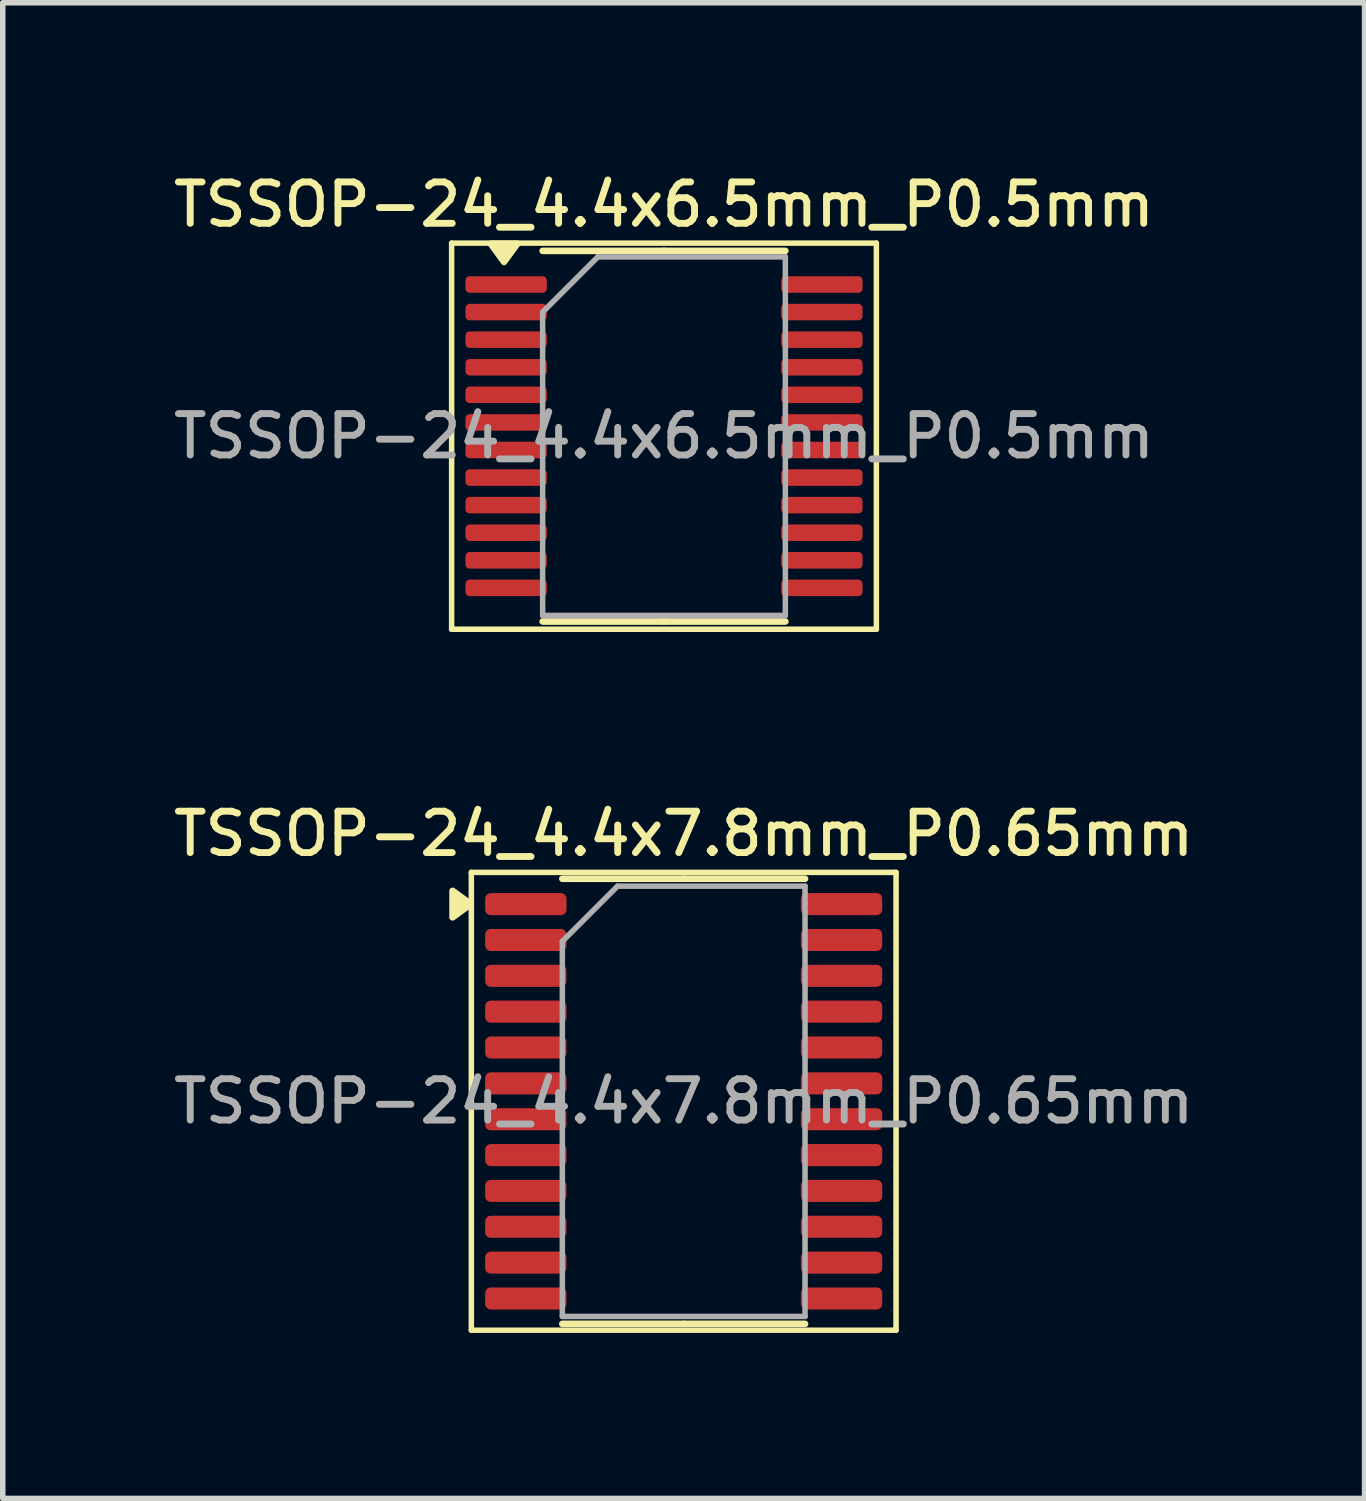
<source format=kicad_pcb>
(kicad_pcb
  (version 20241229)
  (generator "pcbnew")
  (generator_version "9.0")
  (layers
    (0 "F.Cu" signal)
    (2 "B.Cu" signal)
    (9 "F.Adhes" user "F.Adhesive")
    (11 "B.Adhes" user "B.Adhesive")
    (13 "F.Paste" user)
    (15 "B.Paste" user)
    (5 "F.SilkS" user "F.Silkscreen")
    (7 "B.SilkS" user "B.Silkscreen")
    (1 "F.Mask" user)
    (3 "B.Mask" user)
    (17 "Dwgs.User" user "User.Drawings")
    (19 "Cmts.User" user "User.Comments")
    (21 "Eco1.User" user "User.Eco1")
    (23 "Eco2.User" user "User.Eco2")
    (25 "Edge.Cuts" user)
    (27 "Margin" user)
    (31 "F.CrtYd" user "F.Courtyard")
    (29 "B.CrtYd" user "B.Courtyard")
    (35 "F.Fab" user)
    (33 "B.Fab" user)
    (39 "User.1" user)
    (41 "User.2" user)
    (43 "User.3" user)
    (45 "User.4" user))
  (footprint "TSSOP-24_4.4x6.5mm_P0.5mm"
    (layer "F.Cu")
    (at 8.988 4.858)
    (property "Reference" "TSSOP-24_4.4x6.5mm_P0.5mm" (at 0 -4.2 0) (layer "F.SilkS") (effects (font (size 0.75 0.75) (thickness 0.125))))
    (attr smd)
    (fp_line (start -3.85 -3.5) (end -3.85 3.5) (stroke (width 0.1) (type solid)) (layer "F.SilkS"))
    (fp_line (start -3.85 3.5) (end 3.85 3.5) (stroke (width 0.1) (type solid)) (layer "F.SilkS"))
    (fp_line (start 0 -3.36) (end -2.2 -3.36) (stroke (width 0.12) (type solid)) (layer "F.SilkS"))
    (fp_line (start 0 -3.36) (end 2.2 -3.36) (stroke (width 0.12) (type solid)) (layer "F.SilkS"))
    (fp_line (start 0 3.36) (end -2.2 3.36) (stroke (width 0.12) (type solid)) (layer "F.SilkS"))
    (fp_line (start 0 3.36) (end 2.2 3.36) (stroke (width 0.12) (type solid)) (layer "F.SilkS"))
    (fp_line (start 3.85 -3.5) (end -3.85 -3.5) (stroke (width 0.1) (type solid)) (layer "F.SilkS"))
    (fp_line (start 3.85 3.5) (end 3.85 -3.5) (stroke (width 0.1) (type solid)) (layer "F.SilkS"))
    (fp_poly (pts (xy -2.9 -3.16) (xy -3.14 -3.49) (xy -2.66 -3.49) (xy -2.9 -3.16)) (stroke (width 0.12) (type solid)) (fill yes) (layer "F.SilkS"))
    (fp_line (start -2.2 -2.25) (end -1.2 -3.25) (stroke (width 0.1) (type solid)) (layer "F.Fab"))
    (fp_line (start -2.2 3.25) (end -2.2 -2.25) (stroke (width 0.1) (type solid)) (layer "F.Fab"))
    (fp_line (start -1.2 -3.25) (end 2.2 -3.25) (stroke (width 0.1) (type solid)) (layer "F.Fab"))
    (fp_line (start 2.2 -3.25) (end 2.2 3.25) (stroke (width 0.1) (type solid)) (layer "F.Fab"))
    (fp_line (start 2.2 3.25) (end -2.2 3.25) (stroke (width 0.1) (type solid)) (layer "F.Fab"))
    (fp_text user "${REFERENCE}" (at 0 0 0) (layer "F.Fab") (effects (font (size 0.75 0.75) (thickness 0.125))))
    (pad "1" smd roundrect (at -2.862 -2.75) (size 1.475 0.3) (layers "F.Cu" "F.Mask" "F.Paste") (roundrect_rratio 0.25))
    (pad "2" smd roundrect (at -2.862 -2.25) (size 1.475 0.3) (layers "F.Cu" "F.Mask" "F.Paste") (roundrect_rratio 0.25))
    (pad "3" smd roundrect (at -2.862 -1.75) (size 1.475 0.3) (layers "F.Cu" "F.Mask" "F.Paste") (roundrect_rratio 0.25))
    (pad "4" smd roundrect (at -2.862 -1.25) (size 1.475 0.3) (layers "F.Cu" "F.Mask" "F.Paste") (roundrect_rratio 0.25))
    (pad "5" smd roundrect (at -2.862 -0.75) (size 1.475 0.3) (layers "F.Cu" "F.Mask" "F.Paste") (roundrect_rratio 0.25))
    (pad "6" smd roundrect (at -2.862 -0.25) (size 1.475 0.3) (layers "F.Cu" "F.Mask" "F.Paste") (roundrect_rratio 0.25))
    (pad "7" smd roundrect (at -2.862 0.25) (size 1.475 0.3) (layers "F.Cu" "F.Mask" "F.Paste") (roundrect_rratio 0.25))
    (pad "8" smd roundrect (at -2.862 0.75) (size 1.475 0.3) (layers "F.Cu" "F.Mask" "F.Paste") (roundrect_rratio 0.25))
    (pad "9" smd roundrect (at -2.862 1.25) (size 1.475 0.3) (layers "F.Cu" "F.Mask" "F.Paste") (roundrect_rratio 0.25))
    (pad "10" smd roundrect (at -2.862 1.75) (size 1.475 0.3) (layers "F.Cu" "F.Mask" "F.Paste") (roundrect_rratio 0.25))
    (pad "11" smd roundrect (at -2.862 2.25) (size 1.475 0.3) (layers "F.Cu" "F.Mask" "F.Paste") (roundrect_rratio 0.25))
    (pad "12" smd roundrect (at -2.862 2.75) (size 1.475 0.3) (layers "F.Cu" "F.Mask" "F.Paste") (roundrect_rratio 0.25))
    (pad "13" smd roundrect (at 2.862 2.75) (size 1.475 0.3) (layers "F.Cu" "F.Mask" "F.Paste") (roundrect_rratio 0.25))
    (pad "14" smd roundrect (at 2.862 2.25) (size 1.475 0.3) (layers "F.Cu" "F.Mask" "F.Paste") (roundrect_rratio 0.25))
    (pad "15" smd roundrect (at 2.862 1.75) (size 1.475 0.3) (layers "F.Cu" "F.Mask" "F.Paste") (roundrect_rratio 0.25))
    (pad "16" smd roundrect (at 2.862 1.25) (size 1.475 0.3) (layers "F.Cu" "F.Mask" "F.Paste") (roundrect_rratio 0.25))
    (pad "17" smd roundrect (at 2.862 0.75) (size 1.475 0.3) (layers "F.Cu" "F.Mask" "F.Paste") (roundrect_rratio 0.25))
    (pad "18" smd roundrect (at 2.862 0.25) (size 1.475 0.3) (layers "F.Cu" "F.Mask" "F.Paste") (roundrect_rratio 0.25))
    (pad "19" smd roundrect (at 2.862 -0.25) (size 1.475 0.3) (layers "F.Cu" "F.Mask" "F.Paste") (roundrect_rratio 0.25))
    (pad "20" smd roundrect (at 2.862 -0.75) (size 1.475 0.3) (layers "F.Cu" "F.Mask" "F.Paste") (roundrect_rratio 0.25))
    (pad "21" smd roundrect (at 2.862 -1.25) (size 1.475 0.3) (layers "F.Cu" "F.Mask" "F.Paste") (roundrect_rratio 0.25))
    (pad "22" smd roundrect (at 2.862 -1.75) (size 1.475 0.3) (layers "F.Cu" "F.Mask" "F.Paste") (roundrect_rratio 0.25))
    (pad "23" smd roundrect (at 2.862 -2.25) (size 1.475 0.3) (layers "F.Cu" "F.Mask" "F.Paste") (roundrect_rratio 0.25))
    (pad "24" smd roundrect (at 2.862 -2.75) (size 1.475 0.3) (layers "F.Cu" "F.Mask" "F.Paste") (roundrect_rratio 0.25)))
  (footprint "TSSOP-24_4.4x7.8mm_P0.65mm"
    (layer "F.Cu")
    (at 9.345 16.916)
    (property "Reference" "TSSOP-24_4.4x7.8mm_P0.65mm" (at 0 -4.85 0) (layer "F.SilkS") (effects (font (size 0.75 0.75) (thickness 0.125))))
    (attr smd)
    (fp_line (start -3.85 -4.15) (end -3.85 4.15) (stroke (width 0.1) (type solid)) (layer "F.SilkS"))
    (fp_line (start -3.85 4.15) (end 3.85 4.15) (stroke (width 0.1) (type solid)) (layer "F.SilkS"))
    (fp_line (start 0 -4.035) (end -2.2 -4.035) (stroke (width 0.12) (type solid)) (layer "F.SilkS"))
    (fp_line (start 0 -4.035) (end 2.2 -4.035) (stroke (width 0.12) (type solid)) (layer "F.SilkS"))
    (fp_line (start 0 4.035) (end -2.2 4.035) (stroke (width 0.12) (type solid)) (layer "F.SilkS"))
    (fp_line (start 0 4.035) (end 2.2 4.035) (stroke (width 0.12) (type solid)) (layer "F.SilkS"))
    (fp_line (start 3.85 -4.15) (end -3.85 -4.15) (stroke (width 0.1) (type solid)) (layer "F.SilkS"))
    (fp_line (start 3.85 4.15) (end 3.85 -4.15) (stroke (width 0.1) (type solid)) (layer "F.SilkS"))
    (fp_poly (pts (xy -3.86 -3.575) (xy -4.19 -3.815) (xy -4.19 -3.335) (xy -3.86 -3.575)) (stroke (width 0.12) (type solid)) (fill yes) (layer "F.SilkS"))
    (fp_line (start -2.2 -2.9) (end -1.2 -3.9) (stroke (width 0.1) (type solid)) (layer "F.Fab"))
    (fp_line (start -2.2 3.9) (end -2.2 -2.9) (stroke (width 0.1) (type solid)) (layer "F.Fab"))
    (fp_line (start -1.2 -3.9) (end 2.2 -3.9) (stroke (width 0.1) (type solid)) (layer "F.Fab"))
    (fp_line (start 2.2 -3.9) (end 2.2 3.9) (stroke (width 0.1) (type solid)) (layer "F.Fab"))
    (fp_line (start 2.2 3.9) (end -2.2 3.9) (stroke (width 0.1) (type solid)) (layer "F.Fab"))
    (fp_text user "${REFERENCE}" (at 0 0 0) (layer "F.Fab") (effects (font (size 0.75 0.75) (thickness 0.125))))
    (pad "1" smd roundrect (at -2.862 -3.575) (size 1.475 0.4) (layers "F.Cu" "F.Mask" "F.Paste") (roundrect_rratio 0.25))
    (pad "2" smd roundrect (at -2.862 -2.925) (size 1.475 0.4) (layers "F.Cu" "F.Mask" "F.Paste") (roundrect_rratio 0.25))
    (pad "3" smd roundrect (at -2.862 -2.275) (size 1.475 0.4) (layers "F.Cu" "F.Mask" "F.Paste") (roundrect_rratio 0.25))
    (pad "4" smd roundrect (at -2.862 -1.625) (size 1.475 0.4) (layers "F.Cu" "F.Mask" "F.Paste") (roundrect_rratio 0.25))
    (pad "5" smd roundrect (at -2.862 -0.975) (size 1.475 0.4) (layers "F.Cu" "F.Mask" "F.Paste") (roundrect_rratio 0.25))
    (pad "6" smd roundrect (at -2.862 -0.325) (size 1.475 0.4) (layers "F.Cu" "F.Mask" "F.Paste") (roundrect_rratio 0.25))
    (pad "7" smd roundrect (at -2.862 0.325) (size 1.475 0.4) (layers "F.Cu" "F.Mask" "F.Paste") (roundrect_rratio 0.25))
    (pad "8" smd roundrect (at -2.862 0.975) (size 1.475 0.4) (layers "F.Cu" "F.Mask" "F.Paste") (roundrect_rratio 0.25))
    (pad "9" smd roundrect (at -2.862 1.625) (size 1.475 0.4) (layers "F.Cu" "F.Mask" "F.Paste") (roundrect_rratio 0.25))
    (pad "10" smd roundrect (at -2.862 2.275) (size 1.475 0.4) (layers "F.Cu" "F.Mask" "F.Paste") (roundrect_rratio 0.25))
    (pad "11" smd roundrect (at -2.862 2.925) (size 1.475 0.4) (layers "F.Cu" "F.Mask" "F.Paste") (roundrect_rratio 0.25))
    (pad "12" smd roundrect (at -2.862 3.575) (size 1.475 0.4) (layers "F.Cu" "F.Mask" "F.Paste") (roundrect_rratio 0.25))
    (pad "13" smd roundrect (at 2.862 3.575) (size 1.475 0.4) (layers "F.Cu" "F.Mask" "F.Paste") (roundrect_rratio 0.25))
    (pad "14" smd roundrect (at 2.862 2.925) (size 1.475 0.4) (layers "F.Cu" "F.Mask" "F.Paste") (roundrect_rratio 0.25))
    (pad "15" smd roundrect (at 2.862 2.275) (size 1.475 0.4) (layers "F.Cu" "F.Mask" "F.Paste") (roundrect_rratio 0.25))
    (pad "16" smd roundrect (at 2.862 1.625) (size 1.475 0.4) (layers "F.Cu" "F.Mask" "F.Paste") (roundrect_rratio 0.25))
    (pad "17" smd roundrect (at 2.862 0.975) (size 1.475 0.4) (layers "F.Cu" "F.Mask" "F.Paste") (roundrect_rratio 0.25))
    (pad "18" smd roundrect (at 2.862 0.325) (size 1.475 0.4) (layers "F.Cu" "F.Mask" "F.Paste") (roundrect_rratio 0.25))
    (pad "19" smd roundrect (at 2.862 -0.325) (size 1.475 0.4) (layers "F.Cu" "F.Mask" "F.Paste") (roundrect_rratio 0.25))
    (pad "20" smd roundrect (at 2.862 -0.975) (size 1.475 0.4) (layers "F.Cu" "F.Mask" "F.Paste") (roundrect_rratio 0.25))
    (pad "21" smd roundrect (at 2.862 -1.625) (size 1.475 0.4) (layers "F.Cu" "F.Mask" "F.Paste") (roundrect_rratio 0.25))
    (pad "22" smd roundrect (at 2.862 -2.275) (size 1.475 0.4) (layers "F.Cu" "F.Mask" "F.Paste") (roundrect_rratio 0.25))
    (pad "23" smd roundrect (at 2.862 -2.925) (size 1.475 0.4) (layers "F.Cu" "F.Mask" "F.Paste") (roundrect_rratio 0.25))
    (pad "24" smd roundrect (at 2.862 -3.575) (size 1.475 0.4) (layers "F.Cu" "F.Mask" "F.Paste") (roundrect_rratio 0.25)))
  (gr_rect
    (start -3 -3)
    (end 21.689 24.116)
    (stroke (width 0.1) (type default))
    (fill no)
    (layer "Edge.Cuts")))
</source>
